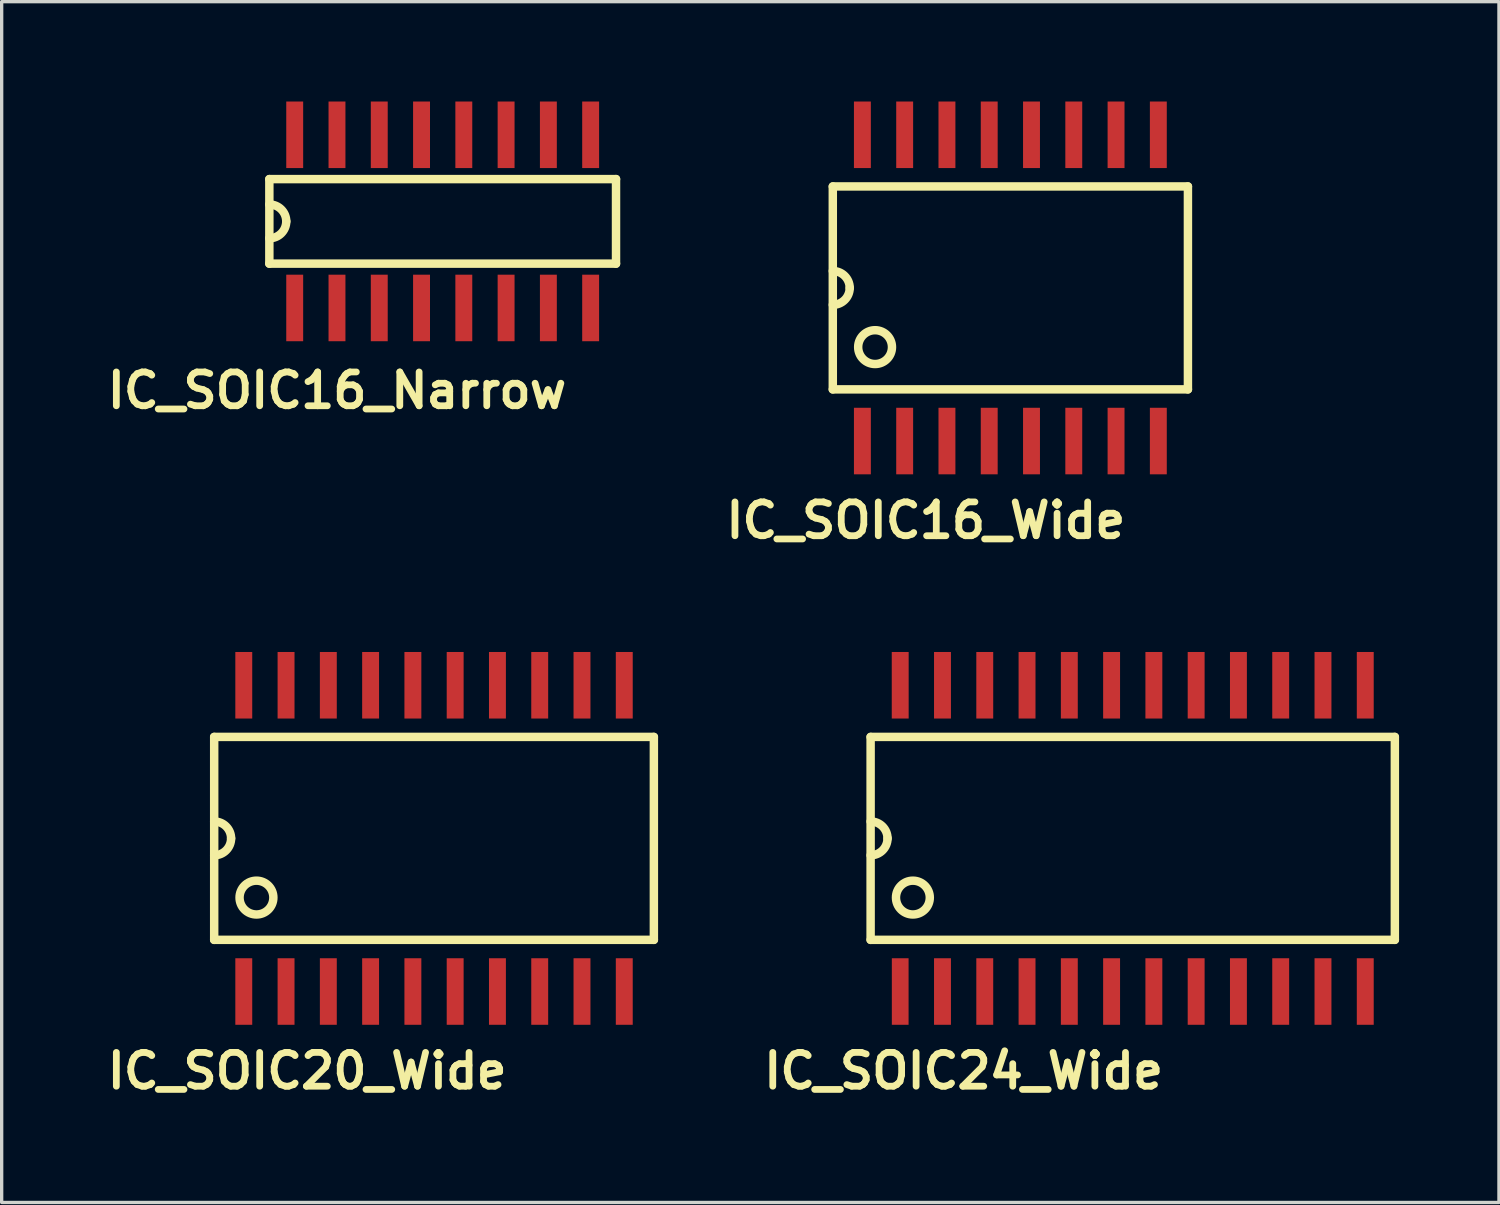
<source format=kicad_pcb>
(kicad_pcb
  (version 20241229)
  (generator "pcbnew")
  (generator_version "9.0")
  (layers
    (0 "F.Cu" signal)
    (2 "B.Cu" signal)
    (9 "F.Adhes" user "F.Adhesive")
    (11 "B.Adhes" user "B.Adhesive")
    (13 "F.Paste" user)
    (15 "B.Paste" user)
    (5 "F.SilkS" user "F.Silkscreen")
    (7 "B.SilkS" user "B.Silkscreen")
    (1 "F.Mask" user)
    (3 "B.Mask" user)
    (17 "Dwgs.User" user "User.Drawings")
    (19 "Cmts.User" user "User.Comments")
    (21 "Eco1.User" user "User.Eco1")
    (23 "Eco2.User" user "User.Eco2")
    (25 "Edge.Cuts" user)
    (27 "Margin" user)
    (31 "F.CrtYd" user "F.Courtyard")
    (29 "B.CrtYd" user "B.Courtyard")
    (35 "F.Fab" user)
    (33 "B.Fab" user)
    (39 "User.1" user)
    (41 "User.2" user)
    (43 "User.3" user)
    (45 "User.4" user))
  (footprint "IC_SOIC20_Wide"
    (layer "F.Cu")
    (at 9.988 22.135)
    (property "Reference" "IC_SOIC20_Wide" (at -3.81 6.985 0) (layer "F.SilkS") (effects (font (size 1.016 1.016) (thickness 0.203))))
    (attr smd)
    (fp_line (start -6.604 -3.048) (end -6.604 3.048) (stroke (width 0.254) (type solid)) (layer "F.SilkS"))
    (fp_line (start -6.604 3.048) (end 6.604 3.048) (stroke (width 0.254) (type solid)) (layer "F.SilkS"))
    (fp_line (start 6.604 -3.048) (end -6.604 -3.048) (stroke (width 0.254) (type solid)) (layer "F.SilkS"))
    (fp_line (start 6.604 3.048) (end 6.604 -3.048) (stroke (width 0.254) (type solid)) (layer "F.SilkS"))
    (fp_arc (start -6.604 -0.508) (mid -6.24479 -0.35921) (end -6.096 0) (stroke (width 0.254) (type solid)) (layer "F.SilkS"))
    (fp_arc (start -6.096 0) (mid -6.24479 0.35921) (end -6.604 0.508) (stroke (width 0.254) (type solid)) (layer "F.SilkS"))
    (fp_circle (center -5.334 1.778) (end -5.842 1.778) (stroke (width 0.254) (type solid)) (fill no) (layer "F.SilkS"))
    (pad "1" smd rect (at -5.715 4.6) (size 0.508 1.999) (layers "F.Cu" "F.Mask" "F.Paste"))
    (pad "2" smd rect (at -4.445 4.6) (size 0.508 1.999) (layers "F.Cu" "F.Mask" "F.Paste"))
    (pad "3" smd rect (at -3.175 4.6) (size 0.508 1.999) (layers "F.Cu" "F.Mask" "F.Paste"))
    (pad "4" smd rect (at -1.905 4.6) (size 0.508 1.999) (layers "F.Cu" "F.Mask" "F.Paste"))
    (pad "5" smd rect (at -0.635 4.6) (size 0.508 1.999) (layers "F.Cu" "F.Mask" "F.Paste"))
    (pad "6" smd rect (at 0.635 4.6) (size 0.508 1.999) (layers "F.Cu" "F.Mask" "F.Paste"))
    (pad "7" smd rect (at 1.905 4.6) (size 0.508 1.999) (layers "F.Cu" "F.Mask" "F.Paste"))
    (pad "8" smd rect (at 3.175 4.6) (size 0.508 1.999) (layers "F.Cu" "F.Mask" "F.Paste"))
    (pad "9" smd rect (at 4.445 4.6) (size 0.508 1.999) (layers "F.Cu" "F.Mask" "F.Paste"))
    (pad "10" smd rect (at 5.715 4.6) (size 0.508 1.999) (layers "F.Cu" "F.Mask" "F.Paste"))
    (pad "11" smd rect (at 5.715 -4.6) (size 0.508 1.999) (layers "F.Cu" "F.Mask" "F.Paste"))
    (pad "12" smd rect (at 4.445 -4.6) (size 0.508 1.999) (layers "F.Cu" "F.Mask" "F.Paste"))
    (pad "13" smd rect (at 3.175 -4.6) (size 0.508 1.999) (layers "F.Cu" "F.Mask" "F.Paste"))
    (pad "14" smd rect (at 1.905 -4.6) (size 0.508 1.999) (layers "F.Cu" "F.Mask" "F.Paste"))
    (pad "15" smd rect (at 0.635 -4.6) (size 0.508 1.999) (layers "F.Cu" "F.Mask" "F.Paste"))
    (pad "16" smd rect (at -0.635 -4.6) (size 0.508 1.999) (layers "F.Cu" "F.Mask" "F.Paste"))
    (pad "17" smd rect (at -1.905 -4.6) (size 0.508 1.999) (layers "F.Cu" "F.Mask" "F.Paste"))
    (pad "18" smd rect (at -3.175 -4.6) (size 0.508 1.999) (layers "F.Cu" "F.Mask" "F.Paste"))
    (pad "19" smd rect (at -4.445 -4.6) (size 0.508 1.999) (layers "F.Cu" "F.Mask" "F.Paste"))
    (pad "20" smd rect (at -5.715 -4.6) (size 0.508 1.999) (layers "F.Cu" "F.Mask" "F.Paste")))
  (footprint "IC_SOIC16_Narrow"
    (layer "F.Cu")
    (at 10.248 3.6)
    (property "Reference" "IC_SOIC16_Narrow" (at -3.175 5.08 0) (layer "F.SilkS") (effects (font (size 1.016 1.016) (thickness 0.203))))
    (attr smd)
    (fp_line (start -5.207 -1.27) (end 5.207 -1.27) (stroke (width 0.254) (type solid)) (layer "F.SilkS"))
    (fp_line (start -5.207 1.27) (end -5.207 -1.27) (stroke (width 0.254) (type solid)) (layer "F.SilkS"))
    (fp_line (start 5.207 -1.27) (end 5.207 1.27) (stroke (width 0.254) (type solid)) (layer "F.SilkS"))
    (fp_line (start 5.207 1.27) (end -5.207 1.27) (stroke (width 0.254) (type solid)) (layer "F.SilkS"))
    (fp_arc (start -5.207 -0.508) (mid -4.84779 -0.35921) (end -4.699 0) (stroke (width 0.254) (type solid)) (layer "F.SilkS"))
    (fp_arc (start -4.699 0) (mid -4.84779 0.35921) (end -5.207 0.508) (stroke (width 0.254) (type solid)) (layer "F.SilkS"))
    (pad "1" smd rect (at -4.445 2.601) (size 0.508 1.999) (layers "F.Cu" "F.Mask" "F.Paste"))
    (pad "2" smd rect (at -3.175 2.601) (size 0.508 1.999) (layers "F.Cu" "F.Mask" "F.Paste"))
    (pad "3" smd rect (at -1.905 2.601) (size 0.508 1.999) (layers "F.Cu" "F.Mask" "F.Paste"))
    (pad "4" smd rect (at -0.635 2.601) (size 0.508 1.999) (layers "F.Cu" "F.Mask" "F.Paste"))
    (pad "5" smd rect (at 0.635 2.601) (size 0.508 1.999) (layers "F.Cu" "F.Mask" "F.Paste"))
    (pad "6" smd rect (at 1.905 2.601) (size 0.508 1.999) (layers "F.Cu" "F.Mask" "F.Paste"))
    (pad "7" smd rect (at 3.175 2.601) (size 0.508 1.999) (layers "F.Cu" "F.Mask" "F.Paste"))
    (pad "8" smd rect (at 4.445 2.601) (size 0.508 1.999) (layers "F.Cu" "F.Mask" "F.Paste"))
    (pad "9" smd rect (at 4.445 -2.601) (size 0.508 1.999) (layers "F.Cu" "F.Mask" "F.Paste"))
    (pad "10" smd rect (at 3.175 -2.601) (size 0.508 1.999) (layers "F.Cu" "F.Mask" "F.Paste"))
    (pad "11" smd rect (at 1.905 -2.601) (size 0.508 1.999) (layers "F.Cu" "F.Mask" "F.Paste"))
    (pad "12" smd rect (at 0.635 -2.601) (size 0.508 1.999) (layers "F.Cu" "F.Mask" "F.Paste"))
    (pad "13" smd rect (at -0.635 -2.601) (size 0.508 1.999) (layers "F.Cu" "F.Mask" "F.Paste"))
    (pad "14" smd rect (at -1.905 -2.601) (size 0.508 1.999) (layers "F.Cu" "F.Mask" "F.Paste"))
    (pad "15" smd rect (at -3.175 -2.601) (size 0.508 1.999) (layers "F.Cu" "F.Mask" "F.Paste"))
    (pad "16" smd rect (at -4.445 -2.601) (size 0.508 1.999) (layers "F.Cu" "F.Mask" "F.Paste")))
  (footprint "IC_SOIC24_Wide"
    (layer "F.Cu")
    (at 30.977 22.135)
    (property "Reference" "IC_SOIC24_Wide" (at -5.08 6.985 0) (layer "F.SilkS") (effects (font (size 1.016 1.016) (thickness 0.203))))
    (attr smd)
    (fp_line (start -7.874 -3.048) (end 7.874 -3.048) (stroke (width 0.254) (type solid)) (layer "F.SilkS"))
    (fp_line (start -7.874 3.048) (end -7.874 -3.048) (stroke (width 0.254) (type solid)) (layer "F.SilkS"))
    (fp_line (start 7.874 -3.048) (end 7.874 3.048) (stroke (width 0.254) (type solid)) (layer "F.SilkS"))
    (fp_line (start 7.874 3.048) (end -7.874 3.048) (stroke (width 0.254) (type solid)) (layer "F.SilkS"))
    (fp_arc (start -7.874 -0.508) (mid -7.51479 -0.35921) (end -7.366 0) (stroke (width 0.254) (type solid)) (layer "F.SilkS"))
    (fp_arc (start -7.366 0) (mid -7.51479 0.35921) (end -7.874 0.508) (stroke (width 0.254) (type solid)) (layer "F.SilkS"))
    (fp_circle (center -6.604 1.778) (end -7.112 1.778) (stroke (width 0.254) (type solid)) (fill no) (layer "F.SilkS"))
    (pad "1" smd rect (at -6.985 4.6) (size 0.503 1.999) (layers "F.Cu" "F.Mask" "F.Paste"))
    (pad "2" smd rect (at -5.715 4.6) (size 0.508 1.999) (layers "F.Cu" "F.Mask" "F.Paste"))
    (pad "3" smd rect (at -4.445 4.6) (size 0.508 1.999) (layers "F.Cu" "F.Mask" "F.Paste"))
    (pad "4" smd rect (at -3.175 4.6) (size 0.508 1.999) (layers "F.Cu" "F.Mask" "F.Paste"))
    (pad "5" smd rect (at -1.905 4.6) (size 0.508 1.999) (layers "F.Cu" "F.Mask" "F.Paste"))
    (pad "6" smd rect (at -0.635 4.6) (size 0.508 1.999) (layers "F.Cu" "F.Mask" "F.Paste"))
    (pad "7" smd rect (at 0.635 4.6) (size 0.508 1.999) (layers "F.Cu" "F.Mask" "F.Paste"))
    (pad "8" smd rect (at 1.905 4.6) (size 0.508 1.999) (layers "F.Cu" "F.Mask" "F.Paste"))
    (pad "9" smd rect (at 3.175 4.6) (size 0.508 1.999) (layers "F.Cu" "F.Mask" "F.Paste"))
    (pad "10" smd rect (at 4.445 4.6) (size 0.508 1.999) (layers "F.Cu" "F.Mask" "F.Paste"))
    (pad "11" smd rect (at 5.715 4.6) (size 0.508 1.999) (layers "F.Cu" "F.Mask" "F.Paste"))
    (pad "12" smd rect (at 6.985 4.6) (size 0.508 1.999) (layers "F.Cu" "F.Mask" "F.Paste"))
    (pad "13" smd rect (at 6.985 -4.6) (size 0.508 1.999) (layers "F.Cu" "F.Mask" "F.Paste"))
    (pad "14" smd rect (at 5.715 -4.6) (size 0.508 1.999) (layers "F.Cu" "F.Mask" "F.Paste"))
    (pad "15" smd rect (at 4.445 -4.6) (size 0.508 1.999) (layers "F.Cu" "F.Mask" "F.Paste"))
    (pad "16" smd rect (at 3.175 -4.6) (size 0.508 1.999) (layers "F.Cu" "F.Mask" "F.Paste"))
    (pad "17" smd rect (at 1.905 -4.6) (size 0.508 1.999) (layers "F.Cu" "F.Mask" "F.Paste"))
    (pad "18" smd rect (at 0.635 -4.6) (size 0.508 1.999) (layers "F.Cu" "F.Mask" "F.Paste"))
    (pad "19" smd rect (at -0.635 -4.6) (size 0.508 1.999) (layers "F.Cu" "F.Mask" "F.Paste"))
    (pad "20" smd rect (at -1.905 -4.6) (size 0.508 1.999) (layers "F.Cu" "F.Mask" "F.Paste"))
    (pad "21" smd rect (at -3.175 -4.6) (size 0.508 1.999) (layers "F.Cu" "F.Mask" "F.Paste"))
    (pad "22" smd rect (at -4.445 -4.6) (size 0.508 1.999) (layers "F.Cu" "F.Mask" "F.Paste"))
    (pad "23" smd rect (at -5.715 -4.6) (size 0.508 1.999) (layers "F.Cu" "F.Mask" "F.Paste"))
    (pad "24" smd rect (at -6.985 -4.6) (size 0.508 1.999) (layers "F.Cu" "F.Mask" "F.Paste")))
  (footprint "IC_SOIC16_Wide"
    (layer "F.Cu")
    (at 27.301 5.599)
    (property "Reference" "IC_SOIC16_Wide" (at -2.54 6.985 0) (layer "F.SilkS") (effects (font (size 1.016 1.016) (thickness 0.203))))
    (attr smd)
    (fp_line (start -5.334 -3.048) (end -5.334 3.048) (stroke (width 0.254) (type solid)) (layer "F.SilkS"))
    (fp_line (start -5.334 3.048) (end 5.334 3.048) (stroke (width 0.254) (type solid)) (layer "F.SilkS"))
    (fp_line (start 5.334 -3.048) (end -5.334 -3.048) (stroke (width 0.254) (type solid)) (layer "F.SilkS"))
    (fp_line (start 5.334 3.048) (end 5.334 -3.048) (stroke (width 0.254) (type solid)) (layer "F.SilkS"))
    (fp_arc (start -5.334 -0.508) (mid -4.97479 -0.35921) (end -4.826 0) (stroke (width 0.254) (type solid)) (layer "F.SilkS"))
    (fp_arc (start -4.826 0) (mid -4.97479 0.35921) (end -5.334 0.508) (stroke (width 0.254) (type solid)) (layer "F.SilkS"))
    (fp_circle (center -4.064 1.778) (end -4.572 1.778) (stroke (width 0.254) (type solid)) (fill no) (layer "F.SilkS"))
    (pad "1" smd rect (at -4.445 4.6) (size 0.508 1.999) (layers "F.Cu" "F.Mask" "F.Paste"))
    (pad "2" smd rect (at -3.175 4.6) (size 0.508 1.999) (layers "F.Cu" "F.Mask" "F.Paste"))
    (pad "3" smd rect (at -1.905 4.6) (size 0.508 1.999) (layers "F.Cu" "F.Mask" "F.Paste"))
    (pad "4" smd rect (at -0.635 4.6) (size 0.508 1.999) (layers "F.Cu" "F.Mask" "F.Paste"))
    (pad "5" smd rect (at 0.635 4.6) (size 0.508 1.999) (layers "F.Cu" "F.Mask" "F.Paste"))
    (pad "6" smd rect (at 1.905 4.6) (size 0.508 1.999) (layers "F.Cu" "F.Mask" "F.Paste"))
    (pad "7" smd rect (at 3.175 4.6) (size 0.508 1.999) (layers "F.Cu" "F.Mask" "F.Paste"))
    (pad "8" smd rect (at 4.445 4.6) (size 0.508 1.999) (layers "F.Cu" "F.Mask" "F.Paste"))
    (pad "9" smd rect (at 4.445 -4.6) (size 0.508 1.999) (layers "F.Cu" "F.Mask" "F.Paste"))
    (pad "10" smd rect (at 3.175 -4.6) (size 0.508 1.999) (layers "F.Cu" "F.Mask" "F.Paste"))
    (pad "11" smd rect (at 1.905 -4.6) (size 0.508 1.999) (layers "F.Cu" "F.Mask" "F.Paste"))
    (pad "12" smd rect (at 0.635 -4.6) (size 0.508 1.999) (layers "F.Cu" "F.Mask" "F.Paste"))
    (pad "13" smd rect (at -0.635 -4.6) (size 0.508 1.999) (layers "F.Cu" "F.Mask" "F.Paste"))
    (pad "14" smd rect (at -1.905 -4.6) (size 0.508 1.999) (layers "F.Cu" "F.Mask" "F.Paste"))
    (pad "15" smd rect (at -3.175 -4.6) (size 0.508 1.999) (layers "F.Cu" "F.Mask" "F.Paste"))
    (pad "16" smd rect (at -4.445 -4.6) (size 0.508 1.999) (layers "F.Cu" "F.Mask" "F.Paste")))
  (gr_rect
    (start -3 -3)
    (end 41.978 33.071)
    (stroke (width 0.1) (type default))
    (fill no)
    (layer "Edge.Cuts")))
</source>
